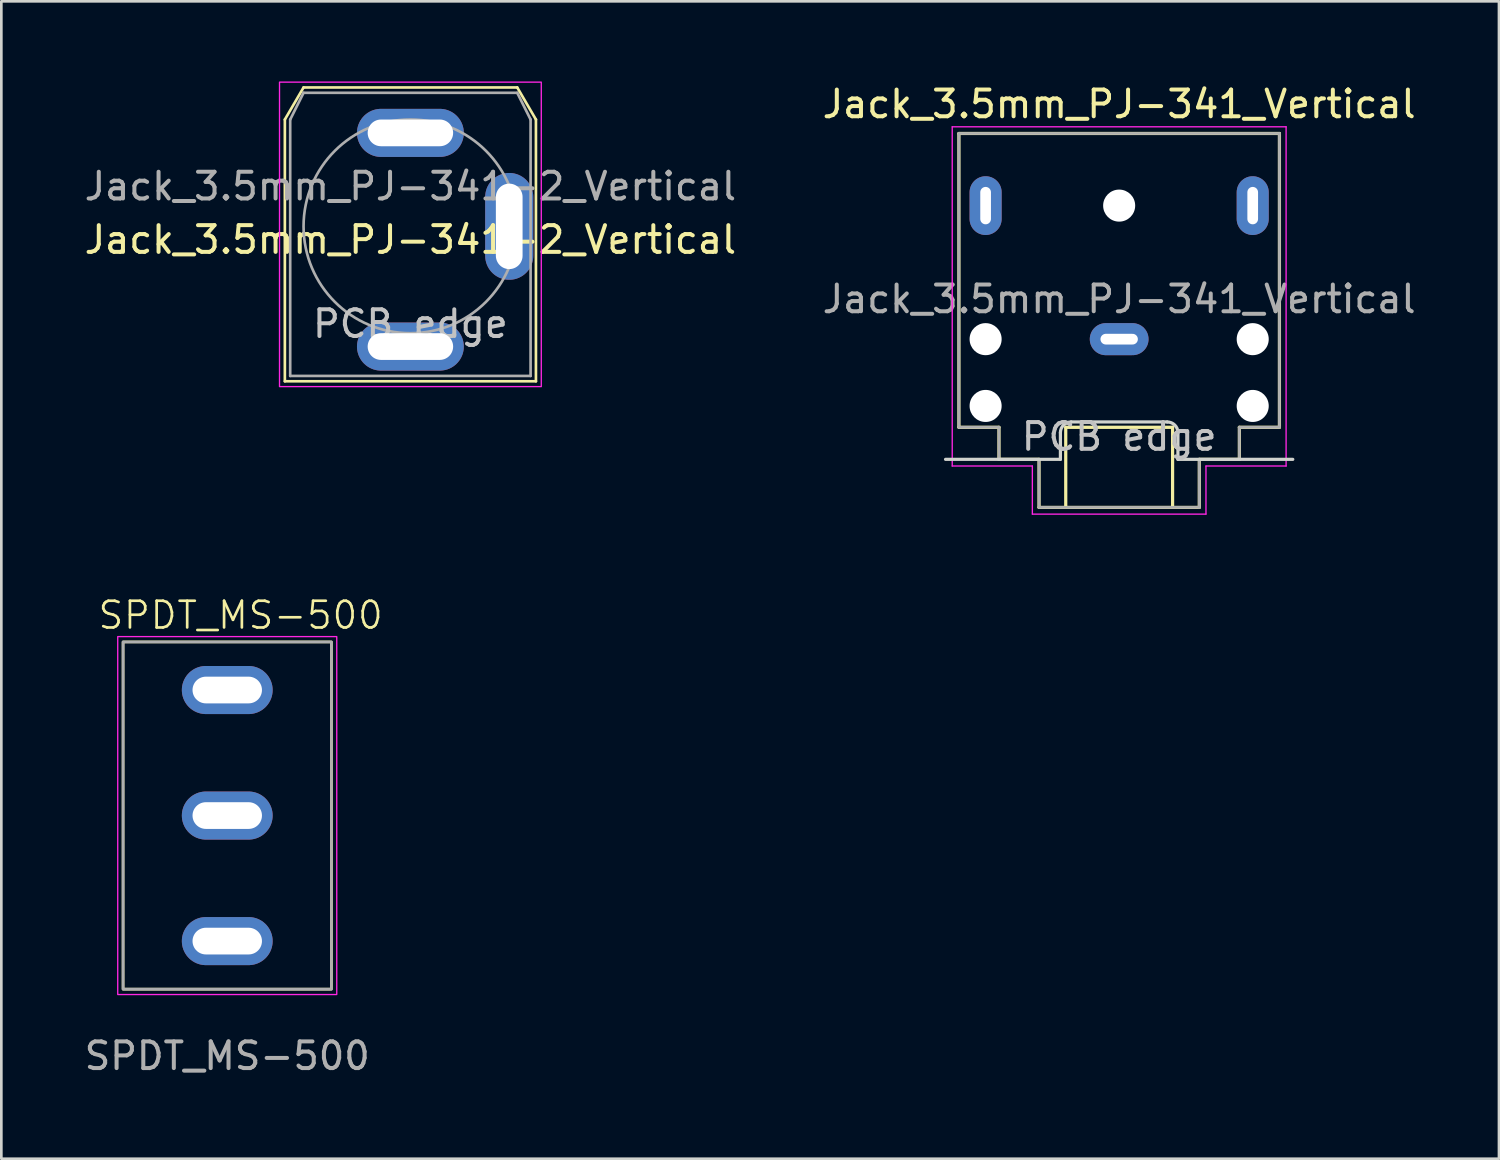
<source format=kicad_pcb>
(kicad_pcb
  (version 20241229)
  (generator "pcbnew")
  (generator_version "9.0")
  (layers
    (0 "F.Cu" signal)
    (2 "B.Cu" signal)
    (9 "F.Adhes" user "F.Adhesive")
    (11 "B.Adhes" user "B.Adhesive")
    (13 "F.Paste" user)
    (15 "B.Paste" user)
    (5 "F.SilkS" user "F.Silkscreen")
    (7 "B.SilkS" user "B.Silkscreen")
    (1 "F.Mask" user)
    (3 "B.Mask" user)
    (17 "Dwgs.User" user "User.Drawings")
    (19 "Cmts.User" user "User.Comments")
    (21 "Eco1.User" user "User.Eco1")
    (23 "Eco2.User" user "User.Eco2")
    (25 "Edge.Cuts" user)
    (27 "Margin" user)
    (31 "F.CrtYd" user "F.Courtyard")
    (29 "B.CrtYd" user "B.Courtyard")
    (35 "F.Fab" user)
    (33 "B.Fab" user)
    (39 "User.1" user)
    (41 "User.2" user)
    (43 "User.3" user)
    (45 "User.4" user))
  (footprint "Jack_3.5mm_PJ-341_Vertical"
    (layer "F.Cu")
    (at 38.851 9.648)
    (property "Reference" "Jack_3.5mm_PJ-341_Vertical" (at 0 -8.8 0) (layer "F.SilkS") (effects (font (size 1 1) (thickness 0.15))))
    (attr through_hole exclude_from_pos_files exclude_from_bom)
    (fp_line (start -6 -7.7) (end 6 -7.7) (stroke (width 0.12) (type solid)) (layer "F.SilkS"))
    (fp_line (start -6 3.3) (end -6 -7.7) (stroke (width 0.12) (type solid)) (layer "F.SilkS"))
    (fp_line (start -4.5 3.3) (end -6 3.3) (stroke (width 0.12) (type solid)) (layer "F.SilkS"))
    (fp_line (start -4.5 4.5) (end -4.5 3.3) (stroke (width 0.12) (type solid)) (layer "F.SilkS"))
    (fp_line (start -3 4.5) (end -4.5 4.5) (stroke (width 0.12) (type solid)) (layer "F.SilkS"))
    (fp_line (start -3 6.3) (end -3 4.5) (stroke (width 0.12) (type solid)) (layer "F.SilkS"))
    (fp_line (start -2 3.3) (end -2 6.3) (stroke (width 0.12) (type solid)) (layer "F.SilkS"))
    (fp_line (start 2 3.3) (end -2 3.3) (stroke (width 0.12) (type solid)) (layer "F.SilkS"))
    (fp_line (start 2 6.3) (end 2 3.3) (stroke (width 0.12) (type solid)) (layer "F.SilkS"))
    (fp_line (start 3 4.5) (end 3 6.3) (stroke (width 0.12) (type solid)) (layer "F.SilkS"))
    (fp_line (start 3 6.3) (end -3 6.3) (stroke (width 0.12) (type solid)) (layer "F.SilkS"))
    (fp_line (start 4.5 3.3) (end 4.5 4.5) (stroke (width 0.12) (type solid)) (layer "F.SilkS"))
    (fp_line (start 4.5 4.5) (end 3 4.5) (stroke (width 0.12) (type solid)) (layer "F.SilkS"))
    (fp_line (start 6 -7.7) (end 6 3.3) (stroke (width 0.12) (type solid)) (layer "F.SilkS"))
    (fp_line (start 6 3.3) (end 4.5 3.3) (stroke (width 0.12) (type solid)) (layer "F.SilkS"))
    (fp_line (start -2.2 3.5) (end -2.2 4.5) (stroke (width 0.12) (type solid)) (layer "Edge.Cuts"))
    (fp_line (start -2.2 4.5) (end -6.5 4.5) (stroke (width 0.12) (type solid)) (layer "Edge.Cuts"))
    (fp_line (start 1.8 3.1) (end -1.8 3.1) (stroke (width 0.12) (type solid)) (layer "Edge.Cuts"))
    (fp_line (start 2.2 3.5) (end 2.2 4.5) (stroke (width 0.12) (type solid)) (layer "Edge.Cuts"))
    (fp_line (start 2.2 4.5) (end 6.5 4.5) (stroke (width 0.12) (type solid)) (layer "Edge.Cuts"))
    (fp_arc (start -2.2 3.5) (mid -2.082843 3.217158) (end -1.8 3.1) (stroke (width 0.12) (type solid)) (layer "Edge.Cuts"))
    (fp_arc (start 1.8 3.1) (mid 2.082843 3.217157) (end 2.2 3.5) (stroke (width 0.12) (type solid)) (layer "Edge.Cuts"))
    (fp_line (start -6.25 -7.95) (end -6.25 4.75) (stroke (width 0.05) (type solid)) (layer "F.CrtYd"))
    (fp_line (start -6.25 4.75) (end -3.25 4.75) (stroke (width 0.05) (type solid)) (layer "F.CrtYd"))
    (fp_line (start -3.25 4.75) (end -3.25 6.55) (stroke (width 0.05) (type solid)) (layer "F.CrtYd"))
    (fp_line (start -3.25 6.55) (end 3.25 6.55) (stroke (width 0.05) (type solid)) (layer "F.CrtYd"))
    (fp_line (start 3.25 4.75) (end 6.25 4.75) (stroke (width 0.05) (type solid)) (layer "F.CrtYd"))
    (fp_line (start 3.25 6.55) (end 3.25 4.75) (stroke (width 0.05) (type solid)) (layer "F.CrtYd"))
    (fp_line (start 6.25 -7.95) (end -6.25 -7.95) (stroke (width 0.05) (type solid)) (layer "F.CrtYd"))
    (fp_line (start 6.25 4.5) (end 6.25 -7.95) (stroke (width 0.05) (type solid)) (layer "F.CrtYd"))
    (fp_line (start 6.25 4.75) (end 6.25 4.5) (stroke (width 0.05) (type solid)) (layer "F.CrtYd"))
    (fp_line (start -6 -7.7) (end 6 -7.7) (stroke (width 0.1) (type solid)) (layer "F.Fab"))
    (fp_line (start -6 3.3) (end -6 -7.7) (stroke (width 0.1) (type solid)) (layer "F.Fab"))
    (fp_line (start -4.5 3.3) (end -6 3.3) (stroke (width 0.1) (type solid)) (layer "F.Fab"))
    (fp_line (start -4.5 4.5) (end -4.5 3.3) (stroke (width 0.1) (type solid)) (layer "F.Fab"))
    (fp_line (start -4.5 4.5) (end -3 4.5) (stroke (width 0.1) (type solid)) (layer "F.Fab"))
    (fp_line (start -3 4.5) (end -3 6.3) (stroke (width 0.1) (type solid)) (layer "F.Fab"))
    (fp_line (start -3 6.3) (end 3 6.3) (stroke (width 0.1) (type solid)) (layer "F.Fab"))
    (fp_line (start 3 4.5) (end 3 6.3) (stroke (width 0.1) (type solid)) (layer "F.Fab"))
    (fp_line (start 4.5 3.3) (end 6 3.3) (stroke (width 0.1) (type solid)) (layer "F.Fab"))
    (fp_line (start 4.5 4.5) (end 3 4.5) (stroke (width 0.1) (type solid)) (layer "F.Fab"))
    (fp_line (start 4.5 4.5) (end 4.5 3.3) (stroke (width 0.1) (type solid)) (layer "F.Fab"))
    (fp_line (start 6 3.3) (end 6 -7.7) (stroke (width 0.1) (type solid)) (layer "F.Fab"))
    (fp_text user "PCB edge" (at 0 3.65 0) (unlocked yes) (layer "Dwgs.User") (effects (font (size 1 1) (thickness 0.15))))
    (fp_text user "${REFERENCE}" (at 0 -1.5 0) (layer "F.Fab") (effects (font (size 1 1) (thickness 0.15))))
    (pad "" np_thru_hole circle (at -5 0) (size 1.2 1.2) (drill 1.2) (layers "*.Cu" "*.Mask"))
    (pad "" np_thru_hole circle (at -5 2.5) (size 1.2 1.2) (drill 1.2) (layers "*.Cu" "*.Mask"))
    (pad "" np_thru_hole circle (at 0 -5) (size 1.2 1.2) (drill 1.2) (layers "*.Cu" "*.Mask"))
    (pad "" np_thru_hole circle (at 5 0) (size 1.2 1.2) (drill 1.2) (layers "*.Cu" "*.Mask"))
    (pad "" np_thru_hole circle (at 5 2.5) (size 1.2 1.2) (drill 1.2) (layers "*.Cu" "*.Mask"))
    (pad "R" thru_hole oval (at -5 -5) (size 1.2 2.2) (drill oval 0.4 1.4) (layers "*.Cu" "*.Mask"))
    (pad "S" thru_hole oval (at 0 0) (size 2.2 1.2) (drill oval 1.4 0.4) (layers "*.Cu" "*.Mask"))
    (pad "T" thru_hole oval (at 5 -5 180) (size 1.2 2.2) (drill oval 0.4 1.4) (layers "*.Cu" "*.Mask")))
  (footprint "Jack_3.5mm_PJ-341-2_Vertical"
    (layer "F.Cu")
    (at 12.315 5.425)
    (property "Reference" "Jack_3.5mm_PJ-341-2_Vertical" (at 0 0.5 0) (layer "F.SilkS") (effects (font (size 1 1) (thickness 0.15))))
    (attr through_hole exclude_from_pos_files exclude_from_bom)
    (fp_line (start -4.7 5.8) (end -4.7 -4) (stroke (width 0.1) (type solid)) (layer "F.SilkS"))
    (fp_line (start -4.7 5.8) (end 4.7 5.8) (stroke (width 0.1) (type solid)) (layer "F.SilkS"))
    (fp_line (start -4 -5.2) (end -4.7 -4) (stroke (width 0.1) (type default)) (layer "F.SilkS"))
    (fp_line (start -4 -5.2) (end 4 -5.2) (stroke (width 0.1) (type solid)) (layer "F.SilkS"))
    (fp_line (start 4 -5.2) (end 4.7 -4) (stroke (width 0.1) (type default)) (layer "F.SilkS"))
    (fp_line (start 4.7 5.8) (end 4.7 -4) (stroke (width 0.1) (type solid)) (layer "F.SilkS"))
    (fp_rect (start -4.9 -5.4) (end 4.9 6) (stroke (width 0.05) (type solid)) (fill no) (layer "F.CrtYd"))
    (fp_line (start -4.5 5.6) (end -4.5 -4) (stroke (width 0.1) (type solid)) (layer "F.Fab"))
    (fp_line (start -4.5 5.6) (end 4.5 5.6) (stroke (width 0.1) (type solid)) (layer "F.Fab"))
    (fp_line (start -4 -5) (end -4.5 -4) (stroke (width 0.1) (type default)) (layer "F.Fab"))
    (fp_line (start -4 -5) (end 4 -5) (stroke (width 0.1) (type solid)) (layer "F.Fab"))
    (fp_line (start 4 -5) (end 4.5 -4) (stroke (width 0.1) (type default)) (layer "F.Fab"))
    (fp_line (start 4.5 5.6) (end 4.5 -4) (stroke (width 0.1) (type solid)) (layer "F.Fab"))
    (fp_circle (center 0 0) (end 4 0) (stroke (width 0.1) (type default)) (fill no) (layer "F.Fab"))
    (fp_text user "PCB edge" (at 0 3.65 0) (unlocked yes) (layer "Dwgs.User") (effects (font (size 1 1) (thickness 0.15))))
    (fp_text user "${REFERENCE}" (at 0 -1.5 0) (layer "F.Fab") (effects (font (size 1 1) (thickness 0.15))))
    (pad "G" thru_hole oval (at 3.7 0 180) (size 1.8 4) (drill oval 1 3.2) (layers "*.Cu" "*.Mask"))
    (pad "S" thru_hole oval (at 0 -3.5 90) (size 1.8 4) (drill oval 1 3.2) (layers "*.Cu" "*.Mask"))
    (pad "T" thru_hole oval (at 0 4.5) (size 4 1.8) (drill oval 3.2 1) (layers "*.Cu" "*.Mask")))
  (footprint "SPDT_MS-500"
    (layer "F.Cu")
    (at 5.458 27.484)
    (property "Reference" "SPDT_MS-500" (at 0.5 -7.5 0) (unlocked yes) (layer "F.SilkS") (effects (font (size 1 1) (thickness 0.1))))
    (attr through_hole)
    (fp_rect (start -3.9 -6.5) (end 3.9 6.5) (stroke (width 0.1) (type solid)) (fill no) (layer "F.SilkS"))
    (fp_rect (start -4.1 -6.7) (end 4.1 6.7) (stroke (width 0.05) (type solid)) (fill no) (layer "F.CrtYd"))
    (fp_rect (start -3.9 -6.5) (end 3.9 6.5) (stroke (width 0.1) (type solid)) (fill no) (layer "F.Fab"))
    (fp_text user "${REFERENCE}" (at 0 9 0) (unlocked yes) (layer "F.Fab") (effects (font (size 1 1) (thickness 0.15))))
    (pad "1" thru_hole oval (at 0 -4.7) (size 3.4 1.8) (drill oval 2.6 1) (layers "*.Cu" "*.Mask"))
    (pad "2" thru_hole oval (at 0 0) (size 3.4 1.8) (drill oval 2.6 1) (layers "*.Cu" "*.Mask"))
    (pad "3" thru_hole oval (at 0 4.7) (size 3.4 1.8) (drill oval 2.6 1) (layers "*.Cu" "*.Mask")))
  (gr_rect
    (start -3 -3)
    (end 53.071 40.332)
    (stroke (width 0.1) (type default))
    (fill no)
    (layer "Edge.Cuts")))
</source>
